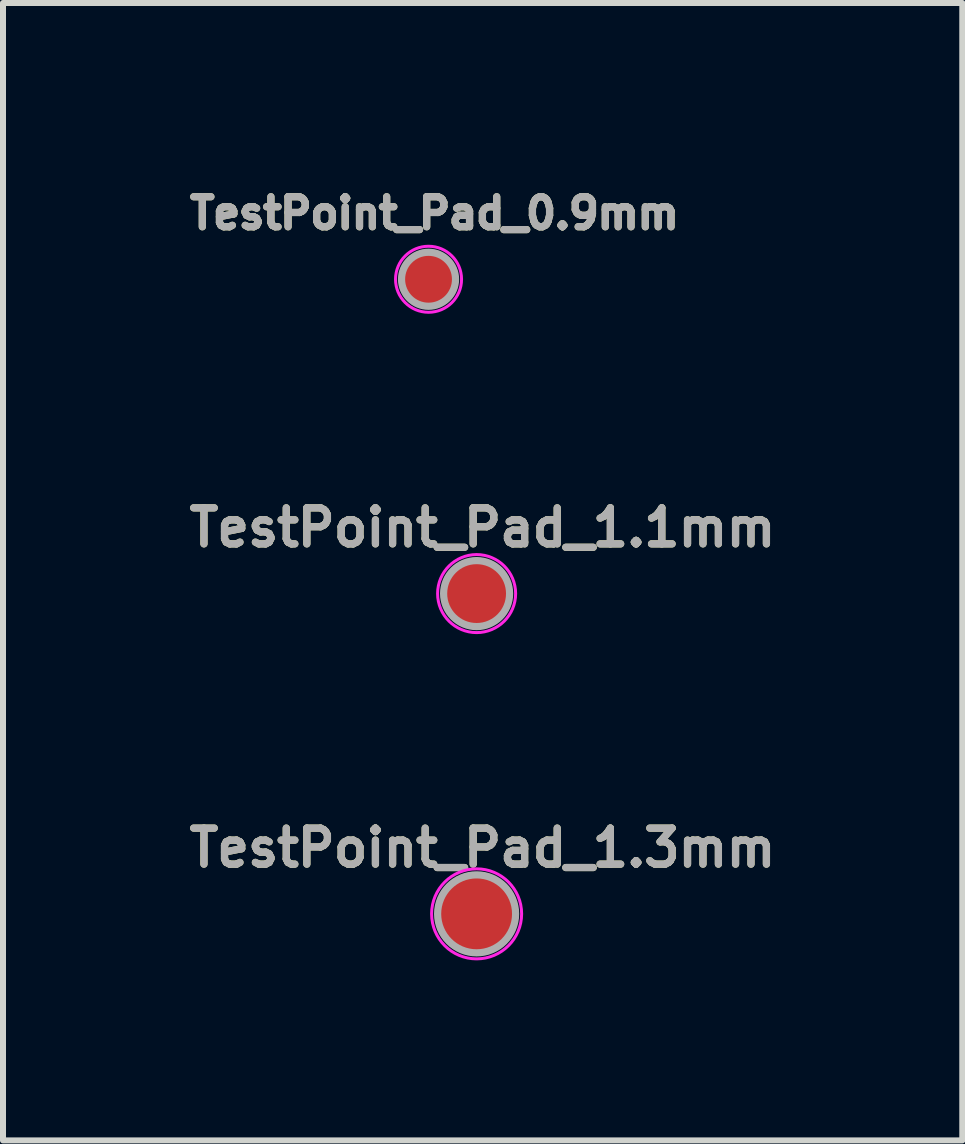
<source format=kicad_pcb>
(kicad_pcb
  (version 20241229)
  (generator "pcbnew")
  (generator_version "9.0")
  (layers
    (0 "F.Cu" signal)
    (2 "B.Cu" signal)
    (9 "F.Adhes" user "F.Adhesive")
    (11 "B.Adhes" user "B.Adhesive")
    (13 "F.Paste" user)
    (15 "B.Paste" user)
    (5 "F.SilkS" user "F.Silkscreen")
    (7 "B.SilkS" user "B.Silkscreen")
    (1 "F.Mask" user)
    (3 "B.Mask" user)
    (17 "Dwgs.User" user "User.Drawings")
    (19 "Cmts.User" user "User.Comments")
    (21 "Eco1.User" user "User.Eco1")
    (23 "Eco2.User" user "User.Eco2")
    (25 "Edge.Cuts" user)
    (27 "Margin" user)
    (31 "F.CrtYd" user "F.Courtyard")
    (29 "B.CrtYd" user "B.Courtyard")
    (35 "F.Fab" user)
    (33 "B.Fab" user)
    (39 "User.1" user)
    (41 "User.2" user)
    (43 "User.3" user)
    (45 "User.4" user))
  (footprint "TestPoint_Pad_1.3mm"
    (layer "F.Cu")
    (at 4.891 12.176)
    (property "Reference" "TestPoint_Pad_1.3mm" (at 0.1 -1.1 0) (unlocked yes) (layer "F.SilkS") (effects (font (size 0.6 0.6) (thickness 0.12))))
    (attr exclude_from_pos_files exclude_from_bom)
    (fp_circle (center 0 0) (end 0.75 0) (stroke (width 0.05) (type solid)) (fill no) (layer "F.CrtYd"))
    (fp_circle (center 0 0) (end 0.65 0) (stroke (width 0.12) (type solid)) (fill no) (layer "F.Fab"))
    (fp_text user "${REFERENCE}" (at 0.1 -1.1 0) (unlocked yes) (layer "F.Fab") (effects (font (size 0.6 0.6) (thickness 0.12))))
    (pad "1" smd circle (at 0 0) (size 1.3 1.3) (layers "F.Cu" "F.Mask")))
  (footprint "TestPoint_Pad_0.9mm"
    (layer "F.Cu")
    (at 4.09 1.603)
    (property "Reference" "TestPoint_Pad_0.9mm" (at 0.1 -1.1 0) (unlocked yes) (layer "F.SilkS") (effects (font (size 0.5 0.5) (thickness 0.12))))
    (attr exclude_from_pos_files exclude_from_bom)
    (fp_circle (center 0 0) (end 0.55 0) (stroke (width 0.05) (type solid)) (fill no) (layer "F.CrtYd"))
    (fp_circle (center 0 0) (end 0.45 0) (stroke (width 0.12) (type solid)) (fill no) (layer "F.Fab"))
    (fp_text user "${REFERENCE}" (at 0.1 -1.1 0) (unlocked yes) (layer "F.Fab") (effects (font (size 0.5 0.5) (thickness 0.12))))
    (pad "1" smd circle (at 0 0) (size 0.9 0.9) (layers "F.Cu" "F.Mask")))
  (footprint "TestPoint_Pad_1.1mm"
    (layer "F.Cu")
    (at 4.891 6.84)
    (property "Reference" "TestPoint_Pad_1.1mm" (at 0.1 -1.1 0) (unlocked yes) (layer "F.SilkS") (effects (font (size 0.6 0.6) (thickness 0.12))))
    (attr exclude_from_pos_files exclude_from_bom)
    (fp_circle (center 0 0) (end 0.65 0) (stroke (width 0.05) (type solid)) (fill no) (layer "F.CrtYd"))
    (fp_circle (center 0 0) (end 0.55 0) (stroke (width 0.12) (type solid)) (fill no) (layer "F.Fab"))
    (fp_text user "${REFERENCE}" (at 0.1 -1.1 0) (unlocked yes) (layer "F.Fab") (effects (font (size 0.6 0.6) (thickness 0.12))))
    (pad "1" smd circle (at 0 0) (size 1.1 1.1) (layers "F.Cu" "F.Mask")))
  (gr_rect
    (start -3 -3)
    (end 12.983 15.951)
    (stroke (width 0.1) (type default))
    (fill no)
    (layer "Edge.Cuts")))
</source>
